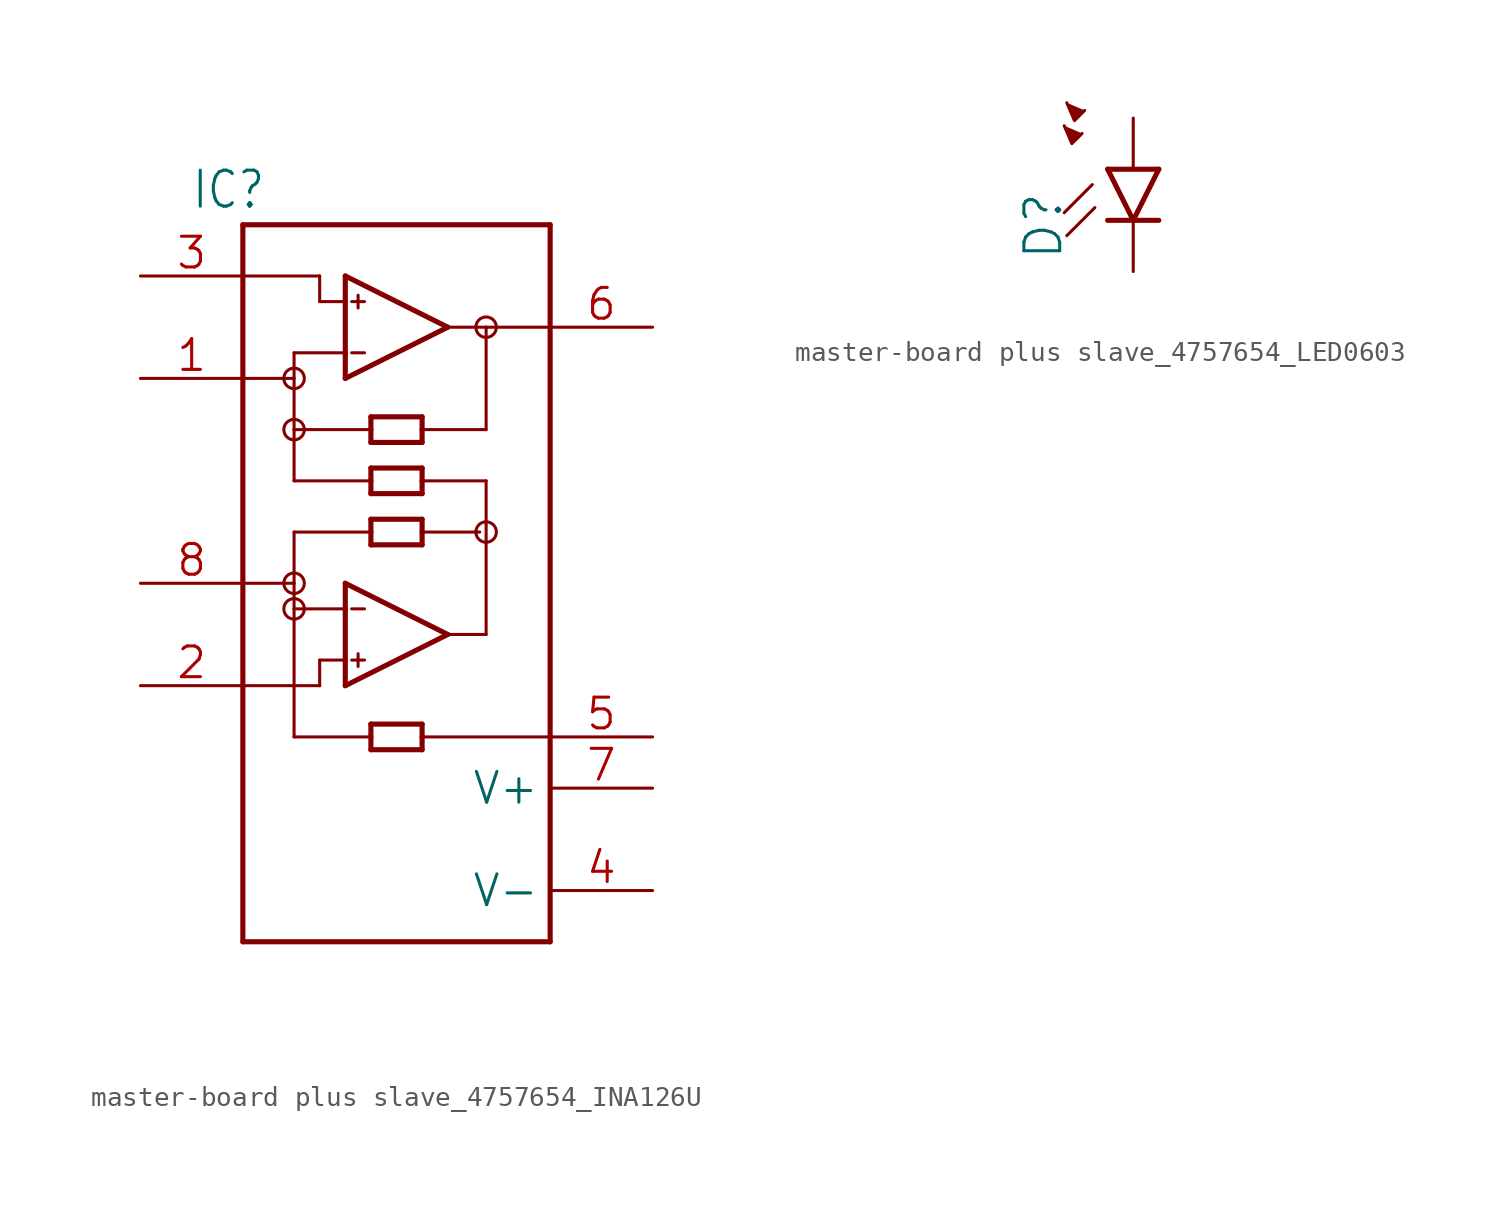
<source format=kicad_sym>
(kicad_symbol_lib
  (version 20241209)
  (generator "kicad_symbol_editor")
  (generator_version "9.0")
  (symbol "master-board plus slave_4757654_INA126U"
    (property "Reference" "IC"
      (at -10.195 18.478 0)
      (effects (font (size 1.784 1.516)) (justify left bottom)))
    (property "Value" ""
      (at -10.172 -20.344 0)
      (effects (font (size 1.78 1.513)) (justify left bottom)))
    (property "ki_locked" ""
      (at 0 0 0)
      (effects (font (size 1.27 1.27))))
    (symbol "master-board plus slave_4757654_INA126U_1_0"
      (polyline (pts (xy -7.62 17.78) (xy -7.62 15.24)) (stroke (width 0.254) (type solid)) (fill (type none)))
      (polyline (pts (xy -7.62 15.24) (xy -7.62 10.16)) (stroke (width 0.254) (type solid)) (fill (type none)))
      (polyline (pts (xy -7.62 15.24) (xy -3.81 15.24)) (stroke (width 0.152) (type solid)) (fill (type none)))
      (polyline (pts (xy -7.62 10.16) (xy -7.62 0)) (stroke (width 0.254) (type solid)) (fill (type none)))
      (polyline (pts (xy -7.62 10.16) (xy -5.08 10.16)) (stroke (width 0.152) (type solid)) (fill (type none)))
      (polyline (pts (xy -7.62 0) (xy -7.62 -5.08)) (stroke (width 0.254) (type solid)) (fill (type none)))
      (polyline (pts (xy -7.62 0) (xy -5.08 0)) (stroke (width 0.152) (type solid)) (fill (type none)))
      (polyline (pts (xy -7.62 -5.08) (xy -7.62 -17.78)) (stroke (width 0.254) (type solid)) (fill (type none)))
      (polyline (pts (xy -7.62 -17.78) (xy 7.62 -17.78)) (stroke (width 0.254) (type solid)) (fill (type none)))
      (polyline (pts (xy -5.08 11.43) (xy -5.08 10.16)) (stroke (width 0.152) (type solid)) (fill (type none)))
      (circle (center -5.08 10.16) (radius 0.508) (stroke (width 0) (type solid)) (fill (type none)))
      (polyline (pts (xy -5.08 10.16) (xy -5.08 7.62)) (stroke (width 0.152) (type solid)) (fill (type none)))
      (circle (center -5.08 7.62) (radius 0.508) (stroke (width 0) (type solid)) (fill (type none)))
      (polyline (pts (xy -5.08 7.62) (xy -5.08 5.08)) (stroke (width 0.152) (type solid)) (fill (type none)))
      (polyline (pts (xy -5.08 7.62) (xy -1.27 7.62)) (stroke (width 0.152) (type solid)) (fill (type none)))
      (polyline (pts (xy -5.08 5.08) (xy -1.27 5.08)) (stroke (width 0.152) (type solid)) (fill (type none)))
      (polyline (pts (xy -5.08 2.54) (xy -5.08 0)) (stroke (width 0.152) (type solid)) (fill (type none)))
      (circle (center -5.08 0) (radius 0.508) (stroke (width 0) (type solid)) (fill (type none)))
      (circle (center -5.08 -1.27) (radius 0.508) (stroke (width 0) (type solid)) (fill (type none)))
      (polyline (pts (xy -5.08 -1.27) (xy -5.08 0)) (stroke (width 0.152) (type solid)) (fill (type none)))
      (polyline (pts (xy -5.08 -1.27) (xy -5.08 -7.62)) (stroke (width 0.152) (type solid)) (fill (type none)))
      (polyline (pts (xy -5.08 -7.62) (xy -1.27 -7.62)) (stroke (width 0.152) (type solid)) (fill (type none)))
      (polyline (pts (xy -3.81 15.24) (xy -3.81 13.97)) (stroke (width 0.152) (type solid)) (fill (type none)))
      (polyline (pts (xy -3.81 -3.81) (xy -3.81 -5.08)) (stroke (width 0.152) (type solid)) (fill (type none)))
      (polyline (pts (xy -3.81 -5.08) (xy -7.62 -5.08)) (stroke (width 0.152) (type solid)) (fill (type none)))
      (polyline (pts (xy -2.54 15.24) (xy 2.54 12.7)) (stroke (width 0.254) (type solid)) (fill (type none)))
      (polyline (pts (xy -2.54 13.97) (xy -3.81 13.97)) (stroke (width 0.152) (type solid)) (fill (type none)))
      (polyline (pts (xy -2.54 13.97) (xy -2.54 15.24)) (stroke (width 0.254) (type solid)) (fill (type none)))
      (polyline (pts (xy -2.54 11.43) (xy -5.08 11.43)) (stroke (width 0.152) (type solid)) (fill (type none)))
      (polyline (pts (xy -2.54 11.43) (xy -2.54 13.97)) (stroke (width 0.254) (type solid)) (fill (type none)))
      (polyline (pts (xy -2.54 10.16) (xy -2.54 11.43)) (stroke (width 0.254) (type solid)) (fill (type none)))
      (polyline (pts (xy -2.54 0) (xy 2.54 -2.54)) (stroke (width 0.254) (type solid)) (fill (type none)))
      (polyline (pts (xy -2.54 -1.27) (xy -5.08 -1.27)) (stroke (width 0.152) (type solid)) (fill (type none)))
      (polyline (pts (xy -2.54 -1.27) (xy -2.54 0)) (stroke (width 0.254) (type solid)) (fill (type none)))
      (polyline (pts (xy -2.54 -3.81) (xy -3.81 -3.81)) (stroke (width 0.152) (type solid)) (fill (type none)))
      (polyline (pts (xy -2.54 -3.81) (xy -2.54 -1.27)) (stroke (width 0.254) (type solid)) (fill (type none)))
      (polyline (pts (xy -2.54 -5.08) (xy -2.54 -3.81)) (stroke (width 0.254) (type solid)) (fill (type none)))
      (polyline (pts (xy -2.223 13.97) (xy -1.587 13.97)) (stroke (width 0.152) (type solid)) (fill (type none)))
      (polyline (pts (xy -2.223 11.43) (xy -1.587 11.43)) (stroke (width 0.152) (type solid)) (fill (type none)))
      (polyline (pts (xy -2.223 -1.27) (xy -1.587 -1.27)) (stroke (width 0.152) (type solid)) (fill (type none)))
      (polyline (pts (xy -2.223 -3.81) (xy -1.587 -3.81)) (stroke (width 0.152) (type solid)) (fill (type none)))
      (polyline (pts (xy -1.905 14.287) (xy -1.905 13.652)) (stroke (width 0.152) (type solid)) (fill (type none)))
      (polyline (pts (xy -1.905 -3.493) (xy -1.905 -4.128)) (stroke (width 0.152) (type solid)) (fill (type none)))
      (polyline (pts (xy -1.27 8.255) (xy -1.27 7.62)) (stroke (width 0.254) (type solid)) (fill (type none)))
      (polyline (pts (xy -1.27 7.62) (xy -1.27 6.985)) (stroke (width 0.254) (type solid)) (fill (type none)))
      (polyline (pts (xy -1.27 6.985) (xy 1.27 6.985)) (stroke (width 0.254) (type solid)) (fill (type none)))
      (polyline (pts (xy -1.27 5.715) (xy 1.27 5.715)) (stroke (width 0.254) (type solid)) (fill (type none)))
      (polyline (pts (xy -1.27 5.08) (xy -1.27 5.715)) (stroke (width 0.254) (type solid)) (fill (type none)))
      (polyline (pts (xy -1.27 4.445) (xy -1.27 5.08)) (stroke (width 0.254) (type solid)) (fill (type none)))
      (polyline (pts (xy -1.27 3.175) (xy -1.27 2.54)) (stroke (width 0.254) (type solid)) (fill (type none)))
      (polyline (pts (xy -1.27 2.54) (xy -5.08 2.54)) (stroke (width 0.152) (type solid)) (fill (type none)))
      (polyline (pts (xy -1.27 2.54) (xy -1.27 1.905)) (stroke (width 0.254) (type solid)) (fill (type none)))
      (polyline (pts (xy -1.27 1.905) (xy 1.27 1.905)) (stroke (width 0.254) (type solid)) (fill (type none)))
      (polyline (pts (xy -1.27 -6.985) (xy 1.27 -6.985)) (stroke (width 0.254) (type solid)) (fill (type none)))
      (polyline (pts (xy -1.27 -7.62) (xy -1.27 -6.985)) (stroke (width 0.254) (type solid)) (fill (type none)))
      (polyline (pts (xy -1.27 -8.255) (xy -1.27 -7.62)) (stroke (width 0.254) (type solid)) (fill (type none)))
      (polyline (pts (xy 1.27 8.255) (xy -1.27 8.255)) (stroke (width 0.254) (type solid)) (fill (type none)))
      (polyline (pts (xy 1.27 7.62) (xy 1.27 8.255)) (stroke (width 0.254) (type solid)) (fill (type none)))
      (polyline (pts (xy 1.27 6.985) (xy 1.27 7.62)) (stroke (width 0.254) (type solid)) (fill (type none)))
      (polyline (pts (xy 1.27 5.715) (xy 1.27 5.08)) (stroke (width 0.254) (type solid)) (fill (type none)))
      (polyline (pts (xy 1.27 5.08) (xy 1.27 4.445)) (stroke (width 0.254) (type solid)) (fill (type none)))
      (polyline (pts (xy 1.27 5.08) (xy 4.445 5.08)) (stroke (width 0.152) (type solid)) (fill (type none)))
      (polyline (pts (xy 1.27 4.445) (xy -1.27 4.445)) (stroke (width 0.254) (type solid)) (fill (type none)))
      (polyline (pts (xy 1.27 3.175) (xy -1.27 3.175)) (stroke (width 0.254) (type solid)) (fill (type none)))
      (polyline (pts (xy 1.27 2.54) (xy 1.27 3.175)) (stroke (width 0.254) (type solid)) (fill (type none)))
      (polyline (pts (xy 1.27 2.54) (xy 4.128 2.54)) (stroke (width 0.152) (type solid)) (fill (type none)))
      (polyline (pts (xy 1.27 1.905) (xy 1.27 2.54)) (stroke (width 0.254) (type solid)) (fill (type none)))
      (polyline (pts (xy 1.27 -6.985) (xy 1.27 -7.62)) (stroke (width 0.254) (type solid)) (fill (type none)))
      (polyline (pts (xy 1.27 -7.62) (xy 1.27 -8.255)) (stroke (width 0.254) (type solid)) (fill (type none)))
      (polyline (pts (xy 1.27 -7.62) (xy 7.62 -7.62)) (stroke (width 0.152) (type solid)) (fill (type none)))
      (polyline (pts (xy 1.27 -8.255) (xy -1.27 -8.255)) (stroke (width 0.254) (type solid)) (fill (type none)))
      (polyline (pts (xy 2.54 12.7) (xy -2.54 10.16)) (stroke (width 0.254) (type solid)) (fill (type none)))
      (polyline (pts (xy 2.54 12.7) (xy 4.445 12.7)) (stroke (width 0.152) (type solid)) (fill (type none)))
      (polyline (pts (xy 2.54 -2.54) (xy -2.54 -5.08)) (stroke (width 0.254) (type solid)) (fill (type none)))
      (polyline (pts (xy 2.54 -2.54) (xy 4.445 -2.54)) (stroke (width 0.152) (type solid)) (fill (type none)))
      (polyline (pts (xy 4.445 12.7) (xy 4.445 7.62)) (stroke (width 0.152) (type solid)) (fill (type none)))
      (polyline (pts (xy 4.445 12.7) (xy 7.62 12.7)) (stroke (width 0.152) (type solid)) (fill (type none)))
      (circle (center 4.445 12.7) (radius 0.508) (stroke (width 0) (type solid)) (fill (type none)))
      (polyline (pts (xy 4.445 7.62) (xy 1.27 7.62)) (stroke (width 0.152) (type solid)) (fill (type none)))
      (polyline (pts (xy 4.445 5.08) (xy 4.445 -2.54)) (stroke (width 0.152) (type solid)) (fill (type none)))
      (circle (center 4.445 2.54) (radius 0.508) (stroke (width 0) (type solid)) (fill (type none)))
      (polyline (pts (xy 7.62 17.78) (xy -7.62 17.78)) (stroke (width 0.254) (type solid)) (fill (type none)))
      (polyline (pts (xy 7.62 -7.62) (xy 7.62 17.78)) (stroke (width 0.254) (type solid)) (fill (type none)))
      (polyline (pts (xy 7.62 -17.78) (xy 7.62 -7.62)) (stroke (width 0.254) (type solid)) (fill (type none)))
      (pin input line (at -12.7 15.24 0) (length 5.08) (name "+IN" (effects (font (size 0 0)))) (number "3" (effects (font (size 1.524 1.524)))))
      (pin passive line (at -12.7 10.16 0) (length 5.08) (name "RG" (effects (font (size 0 0)))) (number "1" (effects (font (size 1.524 1.524)))))
      (pin passive line (at -12.7 0 0) (length 5.08) (name "RG@1" (effects (font (size 0 0)))) (number "8" (effects (font (size 1.524 1.524)))))
      (pin input line (at -12.7 -5.08 0) (length 5.08) (name "-IN" (effects (font (size 0 0)))) (number "2" (effects (font (size 1.524 1.524)))))
      (pin output line (at 12.7 12.7 180) (length 5.08) (name "OUT" (effects (font (size 0 0)))) (number "6" (effects (font (size 1.524 1.524)))))
      (pin passive line (at 12.7 -7.62 180) (length 5.08) (name "REF" (effects (font (size 0 0)))) (number "5" (effects (font (size 1.524 1.524)))))
      (pin power_in line (at 12.7 -10.16 180) (length 5.08) (name "V+" (effects (font (size 1.524 1.524)))) (number "7" (effects (font (size 1.524 1.524)))))
      (pin power_in line (at 12.7 -15.24 180) (length 5.08) (name "V-" (effects (font (size 1.524 1.524)))) (number "4" (effects (font (size 1.524 1.524)))))))
  (symbol "master-board plus slave_4757654_LED0603"
    (property "Reference" "D"
      (at -3.429 -4.572 90)
      (effects (font (size 1.778 1.778)) (justify left bottom)))
    (property "Value" ""
      (at 1.905 -7.112 90)
      (effects (font (size 1.778 1.778)) (justify left top)))
    (property "ki_locked" ""
      (at 0 0 0)
      (effects (font (size 1.27 1.27))))
    (symbol "master-board plus slave_4757654_LED0603_1_0"
      (polyline (pts (xy -3.429 2.159) (xy -3.048 1.27) (xy -2.54 1.778)) (stroke (width 0.152) (type solid)) (fill (type outline)))
      (polyline (pts (xy -3.302 3.302) (xy -2.921 2.413) (xy -2.413 2.921)) (stroke (width 0.152) (type solid)) (fill (type outline)))
      (polyline (pts (xy -2.032 -0.762) (xy -3.429 -2.159)) (stroke (width 0.152) (type solid)) (fill (type none)))
      (polyline (pts (xy -1.905 -1.905) (xy -3.302 -3.302)) (stroke (width 0.152) (type solid)) (fill (type none)))
      (polyline (pts (xy 0 -2.54) (xy -1.27 0)) (stroke (width 0.254) (type solid)) (fill (type none)))
      (polyline (pts (xy 0 -2.54) (xy -1.27 -2.54)) (stroke (width 0.254) (type solid)) (fill (type none)))
      (polyline (pts (xy 1.27 0) (xy -1.27 0)) (stroke (width 0.254) (type solid)) (fill (type none)))
      (polyline (pts (xy 1.27 0) (xy 0 -2.54)) (stroke (width 0.254) (type solid)) (fill (type none)))
      (polyline (pts (xy 1.27 -2.54) (xy 0 -2.54)) (stroke (width 0.254) (type solid)) (fill (type none)))
      (pin passive line (at 0 2.54 270) (length 2.54) (name "A" (effects (font (size 0 0)))) (number "A" (effects (font (size 0 0)))))
      (pin passive line (at 0 -5.08 90) (length 2.54) (name "C" (effects (font (size 0 0)))) (number "C" (effects (font (size 0 0))))))))
</source>
